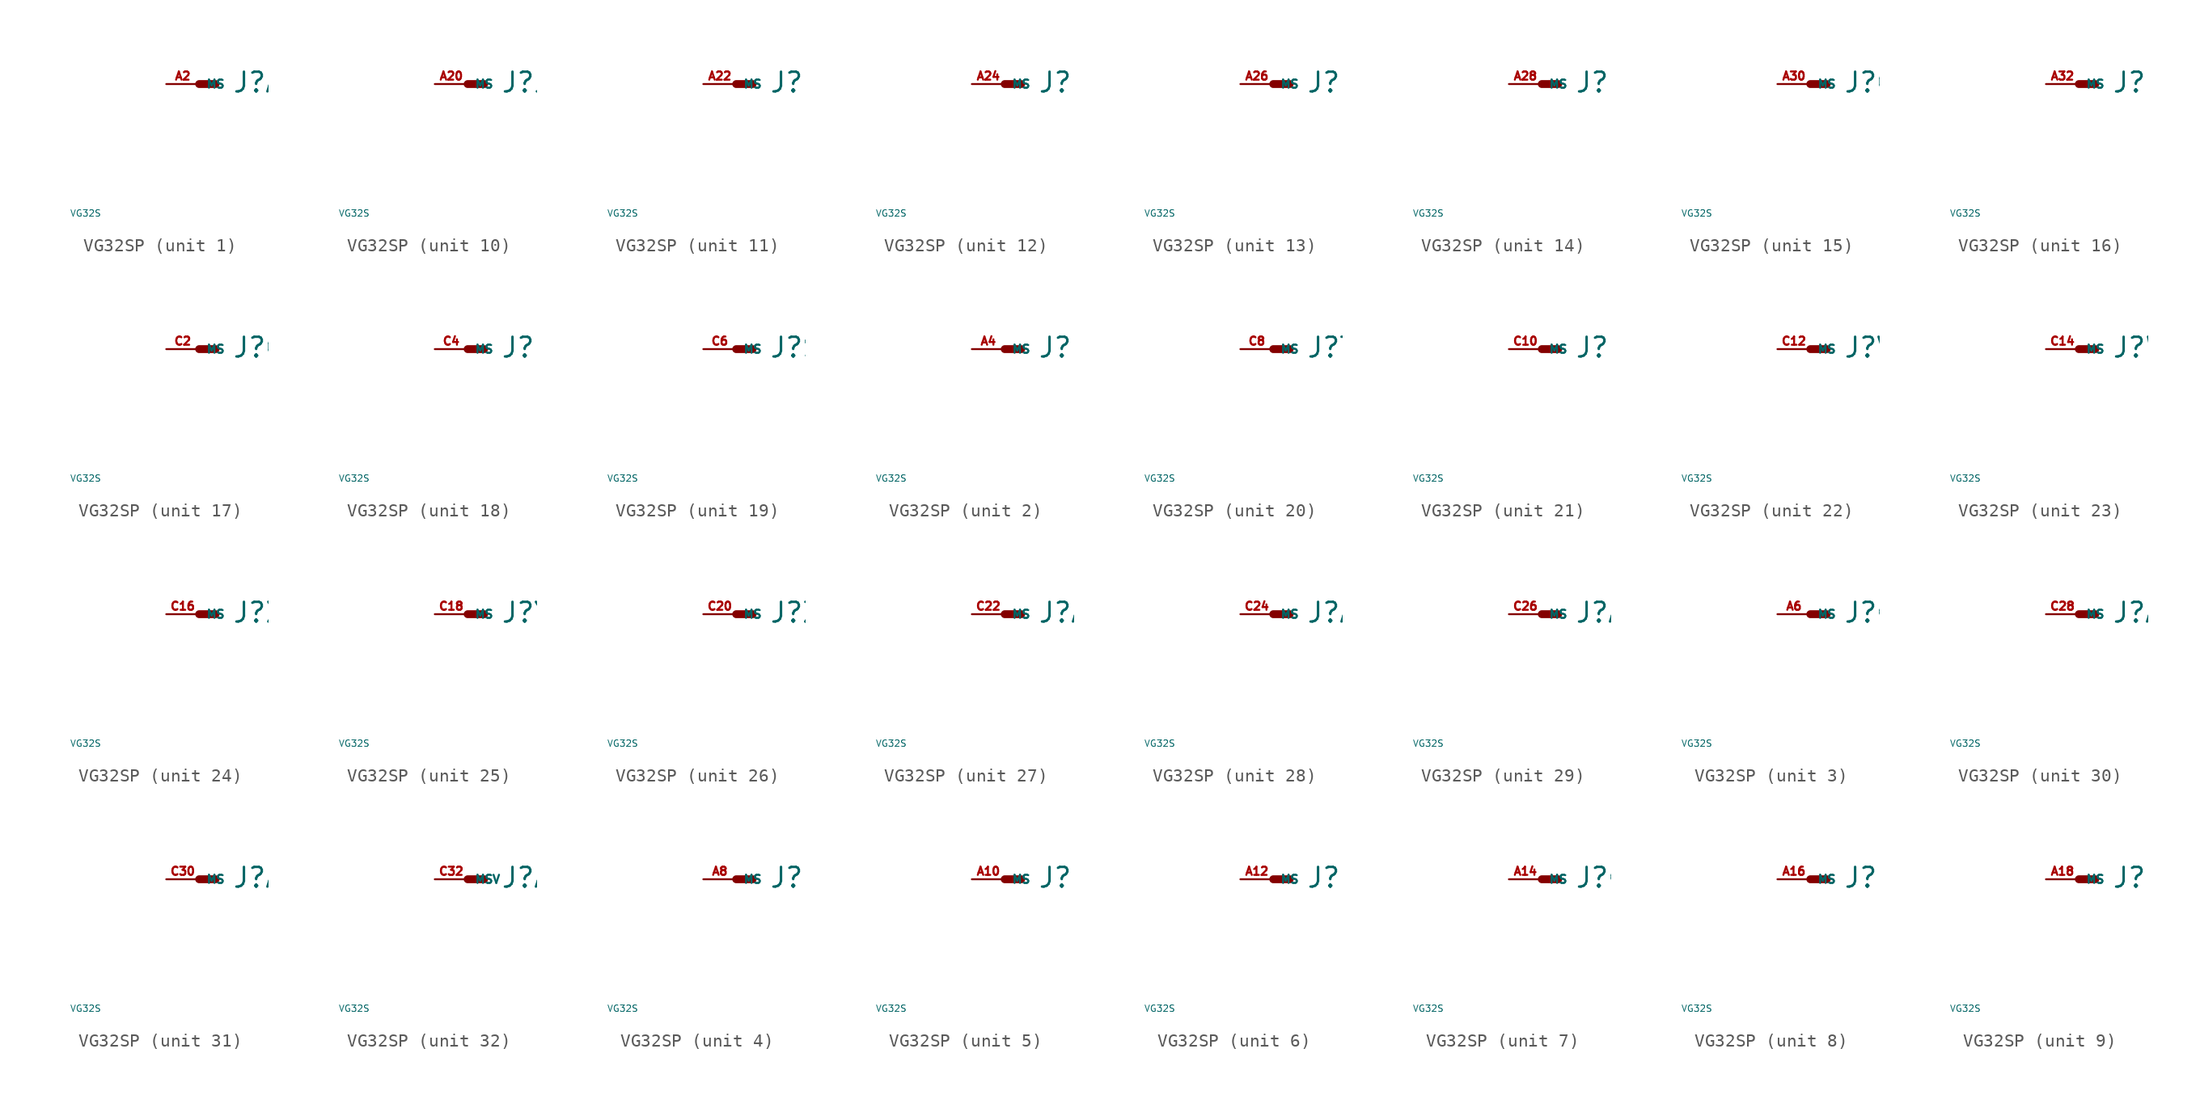
<source format=kicad_sym>
(kicad_symbol_lib
  (version 20220914)
  (generator Eagle2Kicad)
  (symbol "VG32SP"
    (property "Reference" "J"
      (at 2.54 -0.762 0)
      (effects (font (size 1.524 1.524) (thickness 0.19)) (justify left bottom)))
    (property "Value" "VG32S"
      (at -10 -10 0)
      (effects (font (size 0.5 0.5) (thickness 0.06)) (justify left)))
    (symbol "VG32SP_1_0"
      (polyline (pts (xy 0 0) (xy 1.27 0)) (stroke (width 0.61) (type default)) (fill (type none)))
      (pin passive line (at -2.54 0 0) (length 2.54) (name "MS" (effects (font (size 0.635 0.635) (thickness 0.08)) (justify left bottom))) (number "A2" (effects (font (size 0.635 0.635) (thickness 0.08)) (justify left bottom)))))
    (symbol "VG32SP_2_0"
      (polyline (pts (xy 0 0) (xy 1.27 0)) (stroke (width 0.61) (type default)) (fill (type none)))
      (pin passive line (at -2.54 0 0) (length 2.54) (name "MS" (effects (font (size 0.635 0.635) (thickness 0.08)) (justify left bottom))) (number "A4" (effects (font (size 0.635 0.635) (thickness 0.08)) (justify left bottom)))))
    (symbol "VG32SP_3_0"
      (polyline (pts (xy 0 0) (xy 1.27 0)) (stroke (width 0.61) (type default)) (fill (type none)))
      (pin passive line (at -2.54 0 0) (length 2.54) (name "MS" (effects (font (size 0.635 0.635) (thickness 0.08)) (justify left bottom))) (number "A6" (effects (font (size 0.635 0.635) (thickness 0.08)) (justify left bottom)))))
    (symbol "VG32SP_4_0"
      (polyline (pts (xy 0 0) (xy 1.27 0)) (stroke (width 0.61) (type default)) (fill (type none)))
      (pin passive line (at -2.54 0 0) (length 2.54) (name "MS" (effects (font (size 0.635 0.635) (thickness 0.08)) (justify left bottom))) (number "A8" (effects (font (size 0.635 0.635) (thickness 0.08)) (justify left bottom)))))
    (symbol "VG32SP_5_0"
      (polyline (pts (xy 0 0) (xy 1.27 0)) (stroke (width 0.61) (type default)) (fill (type none)))
      (pin passive line (at -2.54 0 0) (length 2.54) (name "MS" (effects (font (size 0.635 0.635) (thickness 0.08)) (justify left bottom))) (number "A10" (effects (font (size 0.635 0.635) (thickness 0.08)) (justify left bottom)))))
    (symbol "VG32SP_6_0"
      (polyline (pts (xy 0 0) (xy 1.27 0)) (stroke (width 0.61) (type default)) (fill (type none)))
      (pin passive line (at -2.54 0 0) (length 2.54) (name "MS" (effects (font (size 0.635 0.635) (thickness 0.08)) (justify left bottom))) (number "A12" (effects (font (size 0.635 0.635) (thickness 0.08)) (justify left bottom)))))
    (symbol "VG32SP_7_0"
      (polyline (pts (xy 0 0) (xy 1.27 0)) (stroke (width 0.61) (type default)) (fill (type none)))
      (pin passive line (at -2.54 0 0) (length 2.54) (name "MS" (effects (font (size 0.635 0.635) (thickness 0.08)) (justify left bottom))) (number "A14" (effects (font (size 0.635 0.635) (thickness 0.08)) (justify left bottom)))))
    (symbol "VG32SP_8_0"
      (polyline (pts (xy 0 0) (xy 1.27 0)) (stroke (width 0.61) (type default)) (fill (type none)))
      (pin passive line (at -2.54 0 0) (length 2.54) (name "MS" (effects (font (size 0.635 0.635) (thickness 0.08)) (justify left bottom))) (number "A16" (effects (font (size 0.635 0.635) (thickness 0.08)) (justify left bottom)))))
    (symbol "VG32SP_9_0"
      (polyline (pts (xy 0 0) (xy 1.27 0)) (stroke (width 0.61) (type default)) (fill (type none)))
      (pin passive line (at -2.54 0 0) (length 2.54) (name "MS" (effects (font (size 0.635 0.635) (thickness 0.08)) (justify left bottom))) (number "A18" (effects (font (size 0.635 0.635) (thickness 0.08)) (justify left bottom)))))
    (symbol "VG32SP_10_0"
      (polyline (pts (xy 0 0) (xy 1.27 0)) (stroke (width 0.61) (type default)) (fill (type none)))
      (pin passive line (at -2.54 0 0) (length 2.54) (name "MS" (effects (font (size 0.635 0.635) (thickness 0.08)) (justify left bottom))) (number "A20" (effects (font (size 0.635 0.635) (thickness 0.08)) (justify left bottom)))))
    (symbol "VG32SP_11_0"
      (polyline (pts (xy 0 0) (xy 1.27 0)) (stroke (width 0.61) (type default)) (fill (type none)))
      (pin passive line (at -2.54 0 0) (length 2.54) (name "MS" (effects (font (size 0.635 0.635) (thickness 0.08)) (justify left bottom))) (number "A22" (effects (font (size 0.635 0.635) (thickness 0.08)) (justify left bottom)))))
    (symbol "VG32SP_12_0"
      (polyline (pts (xy 0 0) (xy 1.27 0)) (stroke (width 0.61) (type default)) (fill (type none)))
      (pin passive line (at -2.54 0 0) (length 2.54) (name "MS" (effects (font (size 0.635 0.635) (thickness 0.08)) (justify left bottom))) (number "A24" (effects (font (size 0.635 0.635) (thickness 0.08)) (justify left bottom)))))
    (symbol "VG32SP_13_0"
      (polyline (pts (xy 0 0) (xy 1.27 0)) (stroke (width 0.61) (type default)) (fill (type none)))
      (pin passive line (at -2.54 0 0) (length 2.54) (name "MS" (effects (font (size 0.635 0.635) (thickness 0.08)) (justify left bottom))) (number "A26" (effects (font (size 0.635 0.635) (thickness 0.08)) (justify left bottom)))))
    (symbol "VG32SP_14_0"
      (polyline (pts (xy 0 0) (xy 1.27 0)) (stroke (width 0.61) (type default)) (fill (type none)))
      (pin passive line (at -2.54 0 0) (length 2.54) (name "MS" (effects (font (size 0.635 0.635) (thickness 0.08)) (justify left bottom))) (number "A28" (effects (font (size 0.635 0.635) (thickness 0.08)) (justify left bottom)))))
    (symbol "VG32SP_15_0"
      (polyline (pts (xy 0 0) (xy 1.27 0)) (stroke (width 0.61) (type default)) (fill (type none)))
      (pin passive line (at -2.54 0 0) (length 2.54) (name "MS" (effects (font (size 0.635 0.635) (thickness 0.08)) (justify left bottom))) (number "A30" (effects (font (size 0.635 0.635) (thickness 0.08)) (justify left bottom)))))
    (symbol "VG32SP_16_0"
      (polyline (pts (xy 0 0) (xy 1.27 0)) (stroke (width 0.61) (type default)) (fill (type none)))
      (pin passive line (at -2.54 0 0) (length 2.54) (name "MS" (effects (font (size 0.635 0.635) (thickness 0.08)) (justify left bottom))) (number "A32" (effects (font (size 0.635 0.635) (thickness 0.08)) (justify left bottom)))))
    (symbol "VG32SP_17_0"
      (polyline (pts (xy 0 0) (xy 1.27 0)) (stroke (width 0.61) (type default)) (fill (type none)))
      (pin passive line (at -2.54 0 0) (length 2.54) (name "MS" (effects (font (size 0.635 0.635) (thickness 0.08)) (justify left bottom))) (number "C2" (effects (font (size 0.635 0.635) (thickness 0.08)) (justify left bottom)))))
    (symbol "VG32SP_18_0"
      (polyline (pts (xy 0 0) (xy 1.27 0)) (stroke (width 0.61) (type default)) (fill (type none)))
      (pin passive line (at -2.54 0 0) (length 2.54) (name "MS" (effects (font (size 0.635 0.635) (thickness 0.08)) (justify left bottom))) (number "C4" (effects (font (size 0.635 0.635) (thickness 0.08)) (justify left bottom)))))
    (symbol "VG32SP_19_0"
      (polyline (pts (xy 0 0) (xy 1.27 0)) (stroke (width 0.61) (type default)) (fill (type none)))
      (pin passive line (at -2.54 0 0) (length 2.54) (name "MS" (effects (font (size 0.635 0.635) (thickness 0.08)) (justify left bottom))) (number "C6" (effects (font (size 0.635 0.635) (thickness 0.08)) (justify left bottom)))))
    (symbol "VG32SP_20_0"
      (polyline (pts (xy 0 0) (xy 1.27 0)) (stroke (width 0.61) (type default)) (fill (type none)))
      (pin passive line (at -2.54 0 0) (length 2.54) (name "MS" (effects (font (size 0.635 0.635) (thickness 0.08)) (justify left bottom))) (number "C8" (effects (font (size 0.635 0.635) (thickness 0.08)) (justify left bottom)))))
    (symbol "VG32SP_21_0"
      (polyline (pts (xy 0 0) (xy 1.27 0)) (stroke (width 0.61) (type default)) (fill (type none)))
      (pin passive line (at -2.54 0 0) (length 2.54) (name "MS" (effects (font (size 0.635 0.635) (thickness 0.08)) (justify left bottom))) (number "C10" (effects (font (size 0.635 0.635) (thickness 0.08)) (justify left bottom)))))
    (symbol "VG32SP_22_0"
      (polyline (pts (xy 0 0) (xy 1.27 0)) (stroke (width 0.61) (type default)) (fill (type none)))
      (pin passive line (at -2.54 0 0) (length 2.54) (name "MS" (effects (font (size 0.635 0.635) (thickness 0.08)) (justify left bottom))) (number "C12" (effects (font (size 0.635 0.635) (thickness 0.08)) (justify left bottom)))))
    (symbol "VG32SP_23_0"
      (polyline (pts (xy 0 0) (xy 1.27 0)) (stroke (width 0.61) (type default)) (fill (type none)))
      (pin passive line (at -2.54 0 0) (length 2.54) (name "MS" (effects (font (size 0.635 0.635) (thickness 0.08)) (justify left bottom))) (number "C14" (effects (font (size 0.635 0.635) (thickness 0.08)) (justify left bottom)))))
    (symbol "VG32SP_24_0"
      (polyline (pts (xy 0 0) (xy 1.27 0)) (stroke (width 0.61) (type default)) (fill (type none)))
      (pin passive line (at -2.54 0 0) (length 2.54) (name "MS" (effects (font (size 0.635 0.635) (thickness 0.08)) (justify left bottom))) (number "C16" (effects (font (size 0.635 0.635) (thickness 0.08)) (justify left bottom)))))
    (symbol "VG32SP_25_0"
      (polyline (pts (xy 0 0) (xy 1.27 0)) (stroke (width 0.61) (type default)) (fill (type none)))
      (pin passive line (at -2.54 0 0) (length 2.54) (name "MS" (effects (font (size 0.635 0.635) (thickness 0.08)) (justify left bottom))) (number "C18" (effects (font (size 0.635 0.635) (thickness 0.08)) (justify left bottom)))))
    (symbol "VG32SP_26_0"
      (polyline (pts (xy 0 0) (xy 1.27 0)) (stroke (width 0.61) (type default)) (fill (type none)))
      (pin passive line (at -2.54 0 0) (length 2.54) (name "MS" (effects (font (size 0.635 0.635) (thickness 0.08)) (justify left bottom))) (number "C20" (effects (font (size 0.635 0.635) (thickness 0.08)) (justify left bottom)))))
    (symbol "VG32SP_27_0"
      (polyline (pts (xy 0 0) (xy 1.27 0)) (stroke (width 0.61) (type default)) (fill (type none)))
      (pin passive line (at -2.54 0 0) (length 2.54) (name "MS" (effects (font (size 0.635 0.635) (thickness 0.08)) (justify left bottom))) (number "C22" (effects (font (size 0.635 0.635) (thickness 0.08)) (justify left bottom)))))
    (symbol "VG32SP_28_0"
      (polyline (pts (xy 0 0) (xy 1.27 0)) (stroke (width 0.61) (type default)) (fill (type none)))
      (pin passive line (at -2.54 0 0) (length 2.54) (name "MS" (effects (font (size 0.635 0.635) (thickness 0.08)) (justify left bottom))) (number "C24" (effects (font (size 0.635 0.635) (thickness 0.08)) (justify left bottom)))))
    (symbol "VG32SP_29_0"
      (polyline (pts (xy 0 0) (xy 1.27 0)) (stroke (width 0.61) (type default)) (fill (type none)))
      (pin passive line (at -2.54 0 0) (length 2.54) (name "MS" (effects (font (size 0.635 0.635) (thickness 0.08)) (justify left bottom))) (number "C26" (effects (font (size 0.635 0.635) (thickness 0.08)) (justify left bottom)))))
    (symbol "VG32SP_30_0"
      (polyline (pts (xy 0 0) (xy 1.27 0)) (stroke (width 0.61) (type default)) (fill (type none)))
      (pin passive line (at -2.54 0 0) (length 2.54) (name "MS" (effects (font (size 0.635 0.635) (thickness 0.08)) (justify left bottom))) (number "C28" (effects (font (size 0.635 0.635) (thickness 0.08)) (justify left bottom)))))
    (symbol "VG32SP_31_0"
      (polyline (pts (xy 0 0) (xy 1.27 0)) (stroke (width 0.61) (type default)) (fill (type none)))
      (pin passive line (at -2.54 0 0) (length 2.54) (name "MS" (effects (font (size 0.635 0.635) (thickness 0.08)) (justify left bottom))) (number "C30" (effects (font (size 0.635 0.635) (thickness 0.08)) (justify left bottom)))))
    (symbol "VG32SP_32_0"
      (polyline (pts (xy 0 0) (xy 1.27 0)) (stroke (width 0.61) (type default)) (fill (type none)))
      (pin passive line (at -2.54 0 0) (length 2.54) (name "MSV" (effects (font (size 0.635 0.635) (thickness 0.08)) (justify left bottom))) (number "C32" (effects (font (size 0.635 0.635) (thickness 0.08)) (justify left bottom)))))))
</source>
